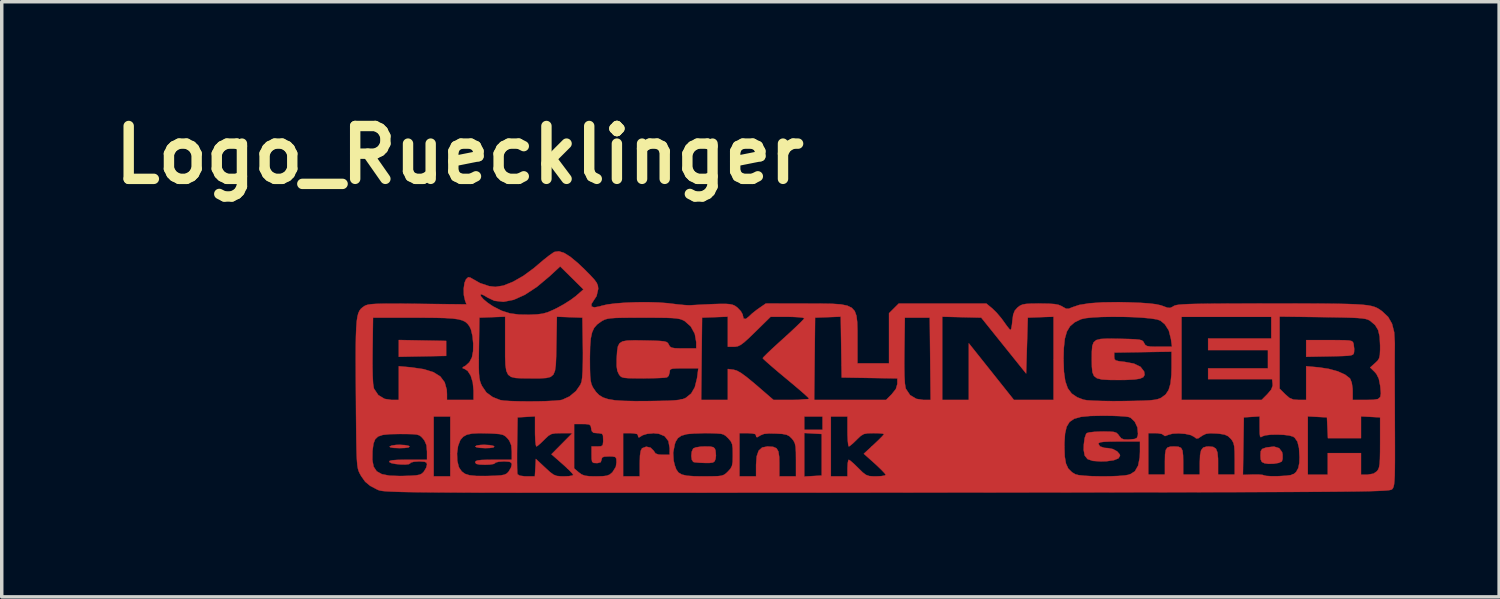
<source format=kicad_pcb>
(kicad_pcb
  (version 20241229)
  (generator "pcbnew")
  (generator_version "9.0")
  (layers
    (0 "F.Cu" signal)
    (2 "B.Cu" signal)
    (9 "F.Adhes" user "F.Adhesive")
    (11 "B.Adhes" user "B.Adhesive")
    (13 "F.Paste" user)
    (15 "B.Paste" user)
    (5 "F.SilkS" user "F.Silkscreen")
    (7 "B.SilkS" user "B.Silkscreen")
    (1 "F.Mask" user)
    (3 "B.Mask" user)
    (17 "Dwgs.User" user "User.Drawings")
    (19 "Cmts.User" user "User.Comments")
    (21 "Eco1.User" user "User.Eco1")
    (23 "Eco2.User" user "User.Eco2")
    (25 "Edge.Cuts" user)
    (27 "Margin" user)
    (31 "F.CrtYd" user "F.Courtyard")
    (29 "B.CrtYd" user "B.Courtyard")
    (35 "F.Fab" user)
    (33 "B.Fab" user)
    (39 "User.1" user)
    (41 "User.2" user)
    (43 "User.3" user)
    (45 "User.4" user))
  (footprint "Logo_Ruecklinger"
    (layer "F.Cu")
    (at 22.204 7.668)
    (property "Reference" "Logo_Ruecklinger" (at -12 -6.25 0) (layer "F.SilkS") (effects (font (size 1.524 1.524) (thickness 0.3))))
    (attr through_hole)
    (fp_poly (pts (xy -13.071 -0.9) (xy -12.388 -0.887) (xy -12.388 -0.455) (xy -13.071 -0.442) (xy -13.754 -0.429) (xy -13.754 -0.913) (xy -13.071 -0.9)) (stroke (width 0.01) (type solid)) (fill yes) (layer "F.Cu"))
    (fp_poly (pts (xy -13.581 2.117) (xy -13.474 2.138) (xy -13.443 2.157) (xy -13.469 2.184) (xy -13.582 2.2) (xy -13.73 2.205) (xy -13.907 2.198) (xy -14.004 2.179) (xy -14.018 2.157) (xy -13.957 2.13) (xy -13.832 2.112) (xy -13.73 2.109) (xy -13.581 2.117)) (stroke (width 0.01) (type solid)) (fill yes) (layer "F.Cu"))
    (fp_poly (pts (xy -11.139 2.117) (xy -11.031 2.138) (xy -10.999 2.157) (xy -11.024 2.185) (xy -11.135 2.201) (xy -11.259 2.205) (xy -11.414 2.197) (xy -11.518 2.178) (xy -11.55 2.157) (xy -11.507 2.13) (xy -11.395 2.113) (xy -11.289 2.109) (xy -11.139 2.117)) (stroke (width 0.01) (type solid)) (fill yes) (layer "F.Cu"))
    (fp_poly (pts (xy 11.633 2.206) (xy 11.717 2.317) (xy 11.733 2.391) (xy 11.733 2.512) (xy 11.712 2.587) (xy 11.709 2.59) (xy 11.621 2.63) (xy 11.48 2.654) (xy 11.326 2.658) (xy 11.214 2.642) (xy 11.135 2.604) (xy 11.101 2.53) (xy 11.095 2.418) (xy 11.102 2.294) (xy 11.142 2.23) (xy 11.241 2.193) (xy 11.276 2.184) (xy 11.484 2.16) (xy 11.633 2.206)) (stroke (width 0.01) (type solid)) (fill yes) (layer "F.Cu"))
    (fp_poly (pts (xy 13.348 -0.91) (xy 13.532 -0.907) (xy 13.652 -0.899) (xy 13.722 -0.883) (xy 13.758 -0.857) (xy 13.776 -0.818) (xy 13.781 -0.796) (xy 13.798 -0.654) (xy 13.794 -0.568) (xy 13.785 -0.524) (xy 13.762 -0.493) (xy 13.71 -0.472) (xy 13.615 -0.459) (xy 13.461 -0.451) (xy 13.233 -0.445) (xy 13.095 -0.442) (xy 12.412 -0.429) (xy 12.412 -0.911) (xy 13.082 -0.911) (xy 13.348 -0.91)) (stroke (width 0.01) (type solid)) (fill yes) (layer "F.Cu"))
    (fp_poly (pts (xy -4.77 2.16) (xy -4.683 2.178) (xy -4.64 2.219) (xy -4.62 2.276) (xy -4.608 2.421) (xy -4.62 2.516) (xy -4.646 2.584) (xy -4.694 2.619) (xy -4.792 2.632) (xy -4.925 2.632) (xy -5.086 2.626) (xy -5.211 2.614) (xy -5.26 2.604) (xy -5.303 2.542) (xy -5.318 2.43) (xy -5.306 2.308) (xy -5.265 2.218) (xy -5.262 2.214) (xy -5.185 2.183) (xy -5.047 2.162) (xy -4.928 2.157) (xy -4.77 2.16)) (stroke (width 0.01) (type solid)) (fill yes) (layer "F.Cu"))
    (fp_poly (pts (xy -8.989 -3.426) (xy -8.812 -3.316) (xy -8.594 -3.136) (xy -8.407 -2.959) (xy -8.233 -2.784) (xy -8.116 -2.657) (xy -8.047 -2.563) (xy -8.014 -2.484) (xy -8.004 -2.404) (xy -8.003 -2.387) (xy -8.05 -2.182) (xy -8.123 -2.07) (xy -8.199 -1.951) (xy -8.194 -1.878) (xy -8.112 -1.854) (xy -7.958 -1.883) (xy -7.905 -1.9) (xy -7.741 -1.938) (xy -7.503 -1.968) (xy -7.214 -1.99) (xy -6.895 -2.002) (xy -6.57 -2.004) (xy -6.26 -1.995) (xy -5.988 -1.974) (xy -5.919 -1.965) (xy -5.711 -1.94) (xy -5.528 -1.922) (xy -5.398 -1.914) (xy -5.368 -1.914) (xy -4.994 -1.935) (xy -4.703 -1.948) (xy -4.484 -1.955) (xy -4.322 -1.955) (xy -4.206 -1.946) (xy -4.124 -1.928) (xy -4.062 -1.901) (xy -4.009 -1.863) (xy -3.985 -1.844) (xy -3.889 -1.743) (xy -3.837 -1.648) (xy -3.834 -1.628) (xy -3.811 -1.532) (xy -3.747 -1.52) (xy -3.661 -1.588) (xy -3.567 -1.676) (xy -3.433 -1.782) (xy -3.37 -1.827) (xy -3.17 -1.965) (xy -2.004 -1.964) (xy -1.589 -1.963) (xy -1.261 -1.958) (xy -1.008 -1.941) (xy -0.821 -1.904) (xy -0.69 -1.841) (xy -0.605 -1.746) (xy -0.556 -1.61) (xy -0.534 -1.426) (xy -0.527 -1.188) (xy -0.527 -0.914) (xy -0.527 -0.24) (xy 0.383 -0.24) (xy 0.383 -1.585) (xy 1.917 -1.585) (xy 1.917 0.815) (xy 2.684 0.815) (xy 2.684 -0.819) (xy 3.335 -0.002) (xy 3.985 0.815) (xy 5.128 0.815) (xy 5.128 -0.353) (xy 5.415 -0.353) (xy 5.427 0.001) (xy 5.466 0.275) (xy 5.538 0.48) (xy 5.651 0.631) (xy 5.81 0.739) (xy 5.992 0.808) (xy 6.097 0.825) (xy 6.283 0.837) (xy 6.533 0.845) (xy 6.834 0.849) (xy 7.117 0.848) (xy 7.454 0.843) (xy 7.711 0.836) (xy 7.9 0.827) (xy 8.036 0.812) (xy 8.134 0.792) (xy 8.207 0.765) (xy 8.235 0.751) (xy 8.36 0.658) (xy 8.446 0.528) (xy 8.5 0.344) (xy 8.526 0.092) (xy 8.531 -0.119) (xy 8.531 -0.577) (xy 6.877 -0.551) (xy 6.877 -0.431) (xy 6.885 -0.365) (xy 6.921 -0.325) (xy 7.009 -0.302) (xy 7.171 -0.283) (xy 7.174 -0.283) (xy 7.447 -0.232) (xy 7.635 -0.141) (xy 7.737 -0.009) (xy 7.742 0.007) (xy 7.753 0.094) (xy 7.716 0.158) (xy 7.621 0.201) (xy 7.457 0.226) (xy 7.213 0.238) (xy 7.022 0.24) (xy 6.731 0.238) (xy 6.521 0.225) (xy 6.38 0.19) (xy 6.294 0.124) (xy 6.249 0.017) (xy 6.233 -0.143) (xy 6.23 -0.359) (xy 6.232 -0.58) (xy 6.244 -0.739) (xy 6.283 -0.846) (xy 6.359 -0.911) (xy 6.488 -0.943) (xy 6.682 -0.953) (xy 6.955 -0.95) (xy 7.038 -0.948) (xy 7.3 -0.942) (xy 7.482 -0.934) (xy 7.601 -0.922) (xy 7.673 -0.903) (xy 7.712 -0.874) (xy 7.737 -0.832) (xy 7.739 -0.827) (xy 7.771 -0.772) (xy 7.823 -0.74) (xy 7.917 -0.724) (xy 8.076 -0.719) (xy 8.165 -0.719) (xy 8.544 -0.719) (xy 8.513 -0.943) (xy 8.451 -1.188) (xy 8.336 -1.368) (xy 8.209 -1.473) (xy 8.108 -1.507) (xy 7.929 -1.535) (xy 7.692 -1.557) (xy 7.414 -1.573) (xy 7.127 -1.582) (xy 8.818 -1.582) (xy 8.818 0.815) (xy 11.128 0.815) (xy 11.294 0.648) (xy 11.404 0.518) (xy 11.415 0.489) (xy 11.646 0.489) (xy 11.809 0.652) (xy 11.93 0.757) (xy 12.045 0.804) (xy 12.192 0.815) (xy 12.412 0.815) (xy 12.412 -0.157) (xy 12.782 -0.124) (xy 13.067 -0.08) (xy 13.325 -0.009) (xy 13.532 0.084) (xy 13.669 0.189) (xy 13.684 0.209) (xy 13.727 0.319) (xy 13.751 0.483) (xy 13.754 0.562) (xy 13.754 0.815) (xy 14.139 0.815) (xy 14.35 0.811) (xy 14.482 0.789) (xy 14.549 0.732) (xy 14.567 0.625) (xy 14.552 0.451) (xy 14.546 0.399) (xy 14.507 0.202) (xy 14.438 0.065) (xy 14.385 0.004) (xy 14.258 -0.12) (xy 14.401 -0.248) (xy 14.474 -0.318) (xy 14.517 -0.388) (xy 14.538 -0.483) (xy 14.545 -0.633) (xy 14.545 -0.753) (xy 14.532 -1.013) (xy 14.487 -1.203) (xy 14.4 -1.345) (xy 14.262 -1.463) (xy 14.247 -1.473) (xy 14.197 -1.499) (xy 14.13 -1.52) (xy 14.033 -1.536) (xy 13.895 -1.548) (xy 13.703 -1.557) (xy 13.446 -1.564) (xy 13.111 -1.57) (xy 12.882 -1.573) (xy 11.646 -1.589) (xy 11.646 0.489) (xy 11.415 0.489) (xy 11.446 0.407) (xy 11.445 0.349) (xy 11.43 0.216) (xy 9.585 0.216) (xy 9.585 0.06) (xy 9.585 -0.096) (xy 11.31 -0.096) (xy 11.31 -0.623) (xy 9.585 -0.623) (xy 9.585 -0.958) (xy 11.406 -0.958) (xy 11.406 -1.582) (xy 8.818 -1.582) (xy 7.127 -1.582) (xy 7.114 -1.582) (xy 6.81 -1.584) (xy 6.521 -1.578) (xy 6.264 -1.565) (xy 6.059 -1.544) (xy 5.923 -1.514) (xy 5.918 -1.512) (xy 5.738 -1.425) (xy 5.605 -1.312) (xy 5.512 -1.158) (xy 5.453 -0.951) (xy 5.423 -0.676) (xy 5.415 -0.353) (xy 5.128 -0.353) (xy 5.128 -1.586) (xy 4.385 -1.558) (xy 4.337 0.053) (xy 3.69 -0.752) (xy 3.043 -1.558) (xy 1.917 -1.585) (xy 0.383 -1.585) (xy 0.383 -1.685) (xy 0.523 -1.825) (xy 0.664 -1.965) (xy 3.189 -1.965) (xy 3.36 -1.824) (xy 3.485 -1.702) (xy 3.62 -1.543) (xy 3.694 -1.442) (xy 3.785 -1.315) (xy 3.856 -1.227) (xy 3.888 -1.199) (xy 3.908 -1.242) (xy 3.928 -1.354) (xy 3.94 -1.47) (xy 3.964 -1.645) (xy 4.009 -1.76) (xy 4.088 -1.849) (xy 4.093 -1.853) (xy 4.159 -1.903) (xy 4.233 -1.936) (xy 4.335 -1.954) (xy 4.488 -1.963) (xy 4.714 -1.965) (xy 4.735 -1.965) (xy 4.98 -1.961) (xy 5.151 -1.95) (xy 5.269 -1.928) (xy 5.356 -1.892) (xy 5.384 -1.875) (xy 5.488 -1.817) (xy 5.571 -1.817) (xy 5.661 -1.855) (xy 5.866 -1.924) (xy 6.161 -1.972) (xy 6.542 -1.999) (xy 7.006 -2.005) (xy 7.285 -1.999) (xy 7.625 -1.986) (xy 7.885 -1.968) (xy 8.077 -1.945) (xy 8.216 -1.915) (xy 8.277 -1.894) (xy 8.407 -1.846) (xy 8.489 -1.839) (xy 8.56 -1.871) (xy 8.587 -1.889) (xy 8.619 -1.905) (xy 8.668 -1.919) (xy 8.744 -1.931) (xy 8.852 -1.94) (xy 9 -1.948) (xy 9.197 -1.954) (xy 9.449 -1.958) (xy 9.763 -1.961) (xy 10.148 -1.963) (xy 10.611 -1.964) (xy 11.159 -1.965) (xy 11.41 -1.965) (xy 12.008 -1.965) (xy 12.519 -1.964) (xy 12.95 -1.962) (xy 13.308 -1.958) (xy 13.602 -1.952) (xy 13.84 -1.943) (xy 14.029 -1.931) (xy 14.177 -1.915) (xy 14.293 -1.894) (xy 14.384 -1.868) (xy 14.458 -1.837) (xy 14.522 -1.799) (xy 14.585 -1.755) (xy 14.605 -1.74) (xy 14.776 -1.579) (xy 14.888 -1.383) (xy 14.951 -1.135) (xy 14.969 -0.817) (xy 14.969 -0.791) (xy 14.966 -0.552) (xy 14.965 -0.309) (xy 14.964 -0.106) (xy 14.964 -0.072) (xy 14.965 0.047) (xy 14.966 0.248) (xy 14.966 0.516) (xy 14.968 0.836) (xy 14.969 1.196) (xy 14.97 1.58) (xy 14.971 1.76) (xy 14.972 2.187) (xy 14.972 2.53) (xy 14.97 2.797) (xy 14.966 2.998) (xy 14.958 3.145) (xy 14.948 3.247) (xy 14.933 3.315) (xy 14.915 3.359) (xy 14.891 3.389) (xy 14.891 3.389) (xy 14.88 3.397) (xy 14.861 3.405) (xy 14.832 3.412) (xy 14.789 3.419) (xy 14.729 3.425) (xy 14.649 3.431) (xy 14.546 3.436) (xy 14.416 3.441) (xy 14.257 3.446) (xy 14.064 3.45) (xy 13.836 3.454) (xy 13.568 3.457) (xy 13.257 3.46) (xy 12.901 3.463) (xy 12.497 3.466) (xy 12.04 3.468) (xy 11.527 3.47) (xy 10.957 3.472) (xy 10.324 3.474) (xy 9.627 3.475) (xy 8.862 3.477) (xy 8.026 3.478) (xy 7.115 3.479) (xy 6.126 3.481) (xy 5.057 3.482) (xy 3.904 3.483) (xy 2.664 3.484) (xy 1.333 3.485) (xy 0.322 3.486) (xy -1.074 3.487) (xy -2.377 3.488) (xy -3.591 3.488) (xy -4.718 3.489) (xy -5.763 3.49) (xy -6.727 3.49) (xy -7.616 3.49) (xy -8.431 3.49) (xy -9.176 3.49) (xy -9.855 3.49) (xy -10.469 3.489) (xy -11.024 3.488) (xy -11.521 3.487) (xy -11.965 3.485) (xy -12.358 3.483) (xy -12.703 3.481) (xy -13.005 3.478) (xy -13.265 3.475) (xy -13.488 3.472) (xy -13.676 3.468) (xy -13.834 3.463) (xy -13.963 3.458) (xy -14.067 3.453) (xy -14.15 3.447) (xy -14.214 3.441) (xy -14.263 3.434) (xy -14.301 3.426) (xy -14.33 3.418) (xy -14.353 3.409) (xy -14.374 3.4) (xy -14.376 3.399) (xy -14.579 3.292) (xy -14.722 3.174) (xy -14.829 3.024) (xy -2.061 3.024) (xy -1.809 3.01) (xy -1.558 2.995) (xy -1.558 1.797) (xy -1.809 1.783) (xy -2.061 1.768) (xy -2.061 3.024) (xy -14.829 3.024) (xy -14.836 3.014) (xy -14.874 2.947) (xy -14.898 2.899) (xy -14.919 2.847) (xy -14.935 2.783) (xy -14.949 2.697) (xy -14.959 2.581) (xy -14.961 2.553) (xy -14.516 2.553) (xy -14.479 2.741) (xy -14.391 2.873) (xy -14.242 2.956) (xy -14.022 2.999) (xy -13.722 3.009) (xy -13.642 3.008) (xy -13.41 3.001) (xy -13.255 2.99) (xy -13.154 2.971) (xy -13.09 2.941) (xy -13.042 2.895) (xy -13.031 2.882) (xy -12.964 2.771) (xy -12.94 2.678) (xy -12.954 2.624) (xy -13.012 2.597) (xy -13.138 2.588) (xy -13.179 2.588) (xy -13.319 2.597) (xy -13.405 2.621) (xy -13.419 2.638) (xy -13.461 2.666) (xy -13.567 2.678) (xy -13.707 2.675) (xy -13.851 2.661) (xy -13.968 2.637) (xy -14.028 2.604) (xy -14.03 2.6) (xy -14.016 2.573) (xy -13.943 2.555) (xy -13.801 2.544) (xy -13.579 2.54) (xy -13.495 2.54) (xy -12.94 2.54) (xy -12.94 2.303) (xy -12.955 2.122) (xy -13.011 1.99) (xy -13.055 1.932) (xy -13.108 1.874) (xy -13.162 1.836) (xy -13.236 1.813) (xy -13.35 1.802) (xy -13.525 1.798) (xy -13.725 1.797) (xy -14.01 1.802) (xy -14.214 1.823) (xy -14.351 1.869) (xy -14.436 1.95) (xy -14.484 2.075) (xy -14.508 2.252) (xy -14.512 2.299) (xy -14.516 2.553) (xy -14.961 2.553) (xy -14.968 2.425) (xy -14.974 2.221) (xy -14.979 1.959) (xy -14.983 1.63) (xy -14.986 1.294) (xy -12.748 1.294) (xy -12.748 3.019) (xy -12.269 3.019) (xy -12.269 2.355) (xy -12.074 2.355) (xy -12.067 2.569) (xy -12.024 2.745) (xy -12.01 2.774) (xy -11.938 2.877) (xy -11.845 2.946) (xy -11.712 2.988) (xy -11.522 3.007) (xy -11.258 3.009) (xy -11.198 3.008) (xy -10.966 3.001) (xy -10.81 2.99) (xy -10.71 2.971) (xy -10.646 2.941) (xy -10.597 2.895) (xy -10.587 2.882) (xy -10.52 2.771) (xy -10.495 2.678) (xy -10.51 2.624) (xy -10.568 2.597) (xy -10.694 2.588) (xy -10.735 2.588) (xy -10.872 2.597) (xy -10.959 2.619) (xy -10.975 2.636) (xy -11.018 2.661) (xy -11.132 2.679) (xy -11.262 2.684) (xy -11.429 2.678) (xy -11.519 2.659) (xy -11.549 2.621) (xy -11.55 2.612) (xy -11.535 2.58) (xy -11.479 2.559) (xy -11.369 2.546) (xy -11.187 2.541) (xy -11.023 2.54) (xy -10.495 2.54) (xy -10.495 2.375) (xy -10.344 2.375) (xy -10.344 2.612) (xy -10.341 2.8) (xy -10.336 2.922) (xy -10.33 2.958) (xy -10.266 2.999) (xy -10.122 3.018) (xy -10.068 3.019) (xy -9.83 3.019) (xy -9.815 2.768) (xy -9.801 2.516) (xy -9.532 2.768) (xy -9.392 2.896) (xy -9.29 2.971) (xy -9.196 3.007) (xy -9.08 3.018) (xy -8.993 3.019) (xy -8.847 3.013) (xy -8.748 2.995) (xy -8.722 2.977) (xy -8.756 2.929) (xy -8.846 2.835) (xy -8.976 2.713) (xy -9.037 2.659) (xy -9.352 2.382) (xy -9.051 2.078) (xy -8.749 1.773) (xy -9.061 1.773) (xy -9.234 1.777) (xy -9.346 1.796) (xy -9.435 1.845) (xy -9.535 1.938) (xy -9.561 1.965) (xy -9.67 2.07) (xy -9.754 2.14) (xy -9.786 2.157) (xy -9.803 2.112) (xy -9.816 1.993) (xy -9.824 1.821) (xy -9.825 1.723) (xy -9.825 1.51) (xy -8.698 1.51) (xy -8.698 2.788) (xy -8.564 2.904) (xy -8.479 2.965) (xy -8.385 3) (xy -8.251 3.016) (xy -8.07 3.019) (xy -7.879 3.016) (xy -7.755 3) (xy -7.67 2.966) (xy -7.598 2.905) (xy -7.594 2.902) (xy -7.495 2.744) (xy -7.476 2.614) (xy -7.481 2.51) (xy -7.512 2.46) (xy -7.595 2.445) (xy -7.692 2.444) (xy -7.827 2.45) (xy -7.89 2.476) (xy -7.907 2.533) (xy -7.908 2.54) (xy -7.93 2.61) (xy -8.014 2.635) (xy -8.051 2.636) (xy -8.136 2.631) (xy -8.179 2.598) (xy -8.193 2.515) (xy -8.195 2.396) (xy -8.195 2.157) (xy -8.027 2.157) (xy -7.92 2.151) (xy -7.872 2.115) (xy -7.86 2.021) (xy -7.86 1.965) (xy -7.865 1.842) (xy -7.896 1.788) (xy -7.977 1.774) (xy -8.024 1.773) (xy -7.285 1.773) (xy -7.285 3.019) (xy -6.805 3.019) (xy -6.805 2.642) (xy -6.799 2.421) (xy -6.777 2.281) (xy -6.739 2.209) (xy -6.736 2.207) (xy -6.618 2.163) (xy -6.493 2.191) (xy -6.403 2.28) (xy -6.399 2.288) (xy -6.348 2.36) (xy -6.258 2.391) (xy -6.147 2.396) (xy -5.943 2.396) (xy -5.943 2.337) (xy -5.842 2.337) (xy -5.828 2.562) (xy -5.797 2.694) (xy -5.752 2.82) (xy -5.688 2.909) (xy -5.59 2.967) (xy -5.441 3.001) (xy -5.226 3.016) (xy -4.97 3.019) (xy -4.728 3.018) (xy -4.563 3.014) (xy -4.453 3.001) (xy -4.378 2.975) (xy -4.319 2.934) (xy -4.262 2.879) (xy -4.188 2.797) (xy -4.146 2.715) (xy -4.126 2.603) (xy -4.122 2.431) (xy -4.122 2.396) (xy -4.125 2.212) (xy -4.141 2.092) (xy -4.179 2.008) (xy -4.247 1.928) (xy -4.262 1.913) (xy -4.326 1.852) (xy -4.388 1.812) (xy -4.468 1.789) (xy -4.587 1.777) (xy -4.767 1.774) (xy -4.935 1.773) (xy -3.93 1.773) (xy -3.93 3.019) (xy -3.451 3.019) (xy -3.451 2.684) (xy -3.433 2.441) (xy -3.377 2.279) (xy -3.276 2.187) (xy -3.124 2.157) (xy -3.112 2.157) (xy -2.96 2.167) (xy -2.862 2.209) (xy -2.808 2.3) (xy -2.784 2.456) (xy -2.78 2.638) (xy -2.78 3.019) (xy -2.3 3.019) (xy -2.3 2.543) (xy -2.302 2.319) (xy -2.311 2.169) (xy -2.332 2.068) (xy -2.368 1.994) (xy -2.414 1.934) (xy -2.487 1.862) (xy -2.57 1.819) (xy -2.693 1.795) (xy -2.87 1.782) (xy -3.079 1.777) (xy -3.221 1.794) (xy -3.323 1.835) (xy -3.331 1.841) (xy -3.415 1.89) (xy -3.447 1.882) (xy -3.451 1.846) (xy -3.475 1.8) (xy -3.561 1.778) (xy -3.69 1.773) (xy -3.93 1.773) (xy -4.935 1.773) (xy -5.234 1.779) (xy -5.453 1.802) (xy -5.605 1.846) (xy -5.706 1.917) (xy -5.771 2.02) (xy -5.796 2.097) (xy -5.842 2.337) (xy -5.943 2.337) (xy -5.943 2.202) (xy -5.979 2) (xy -6.087 1.86) (xy -6.265 1.786) (xy -6.409 1.773) (xy -6.58 1.789) (xy -6.718 1.831) (xy -6.747 1.848) (xy -6.824 1.896) (xy -6.851 1.884) (xy -6.853 1.848) (xy -6.879 1.799) (xy -6.968 1.777) (xy -7.069 1.773) (xy -7.285 1.773) (xy -8.024 1.773) (xy -8.138 1.763) (xy -8.188 1.716) (xy -8.204 1.641) (xy -8.22 1.563) (xy -8.263 1.524) (xy -8.358 1.511) (xy -8.459 1.51) (xy -8.698 1.51) (xy -9.825 1.51) (xy -9.825 1.294) (xy -2.061 1.294) (xy -2.061 1.677) (xy -1.534 1.677) (xy -1.534 1.294) (xy -1.294 1.294) (xy -1.294 3.019) (xy -0.815 3.019) (xy -0.815 2.78) (xy -0.808 2.643) (xy -0.791 2.556) (xy -0.777 2.54) (xy -0.727 2.572) (xy -0.631 2.655) (xy -0.51 2.773) (xy -0.503 2.78) (xy -0.375 2.906) (xy -0.28 2.977) (xy -0.186 3.01) (xy -0.06 3.019) (xy 0.01 3.019) (xy 0.159 3.012) (xy 0.259 2.995) (xy 0.288 2.975) (xy 0.254 2.926) (xy 0.164 2.831) (xy 0.035 2.707) (xy -0.028 2.649) (xy -0.344 2.367) (xy -0.126 2.165) (xy 5.441 2.165) (xy 5.45 2.444) (xy 5.485 2.648) (xy 5.552 2.794) (xy 5.659 2.9) (xy 5.756 2.959) (xy 5.854 2.984) (xy 6.026 3.002) (xy 6.248 3.014) (xy 6.497 3.018) (xy 6.752 3.017) (xy 6.988 3.008) (xy 7.184 2.992) (xy 7.275 2.976) (xy 10.589 2.976) (xy 10.878 2.966) (xy 11.037 2.966) (xy 11.156 2.977) (xy 11.202 2.992) (xy 11.264 3.006) (xy 11.396 3.014) (xy 11.574 3.014) (xy 11.638 3.012) (xy 11.84 3) (xy 11.971 2.982) (xy 12.054 2.951) (xy 12.114 2.901) (xy 12.129 2.882) (xy 12.186 2.779) (xy 12.215 2.632) (xy 12.221 2.466) (xy 12.206 2.202) (xy 12.161 2.019) (xy 12.081 1.904) (xy 12.036 1.873) (xy 11.927 1.841) (xy 11.762 1.821) (xy 11.572 1.814) (xy 11.385 1.818) (xy 11.233 1.836) (xy 11.146 1.866) (xy 11.145 1.867) (xy 11.106 1.89) (xy 11.083 1.865) (xy 11.073 1.777) (xy 11.071 1.61) (xy 11.071 1.289) (xy 12.46 1.289) (xy 12.46 2.971) (xy 13.035 2.971) (xy 13.035 2.348) (xy 13.994 2.348) (xy 13.994 2.971) (xy 14.178 2.971) (xy 14.356 2.94) (xy 14.454 2.871) (xy 14.489 2.822) (xy 14.514 2.758) (xy 14.531 2.66) (xy 14.54 2.514) (xy 14.544 2.303) (xy 14.545 2.044) (xy 14.545 1.318) (xy 13.994 1.289) (xy 13.994 1.917) (xy 13.04 1.917) (xy 13.012 1.318) (xy 12.46 1.289) (xy 11.071 1.289) (xy 11.071 1.289) (xy 10.843 1.303) (xy 10.615 1.318) (xy 10.602 2.147) (xy 10.589 2.976) (xy 7.275 2.976) (xy 7.316 2.969) (xy 7.33 2.965) (xy 7.474 2.872) (xy 7.567 2.708) (xy 7.614 2.466) (xy 7.62 2.302) (xy 7.62 2.013) (xy 7.021 2.013) (xy 6.764 2.015) (xy 6.589 2.022) (xy 6.483 2.035) (xy 6.432 2.057) (xy 6.422 2.08) (xy 6.466 2.155) (xy 6.592 2.197) (xy 6.703 2.205) (xy 6.84 2.232) (xy 6.962 2.299) (xy 7.036 2.385) (xy 7.045 2.424) (xy 6.999 2.5) (xy 6.867 2.553) (xy 6.657 2.583) (xy 6.491 2.588) (xy 6.26 2.573) (xy 6.109 2.521) (xy 6.026 2.418) (xy 5.996 2.252) (xy 6.001 2.099) (xy 6.025 1.914) (xy 6.066 1.797) (xy 6.09 1.77) (xy 6.168 1.75) (xy 6.314 1.734) (xy 6.499 1.726) (xy 6.548 1.726) (xy 6.743 1.728) (xy 6.866 1.738) (xy 6.941 1.763) (xy 6.991 1.809) (xy 7.018 1.848) (xy 7.081 1.923) (xy 7.161 1.955) (xy 7.294 1.957) (xy 7.323 1.955) (xy 7.46 1.942) (xy 7.529 1.912) (xy 7.556 1.847) (xy 7.563 1.788) (xy 7.561 1.773) (xy 7.86 1.773) (xy 7.86 2.971) (xy 8.339 2.971) (xy 8.339 2.593) (xy 8.343 2.387) (xy 8.364 2.258) (xy 8.411 2.189) (xy 8.497 2.161) (xy 8.602 2.157) (xy 8.727 2.164) (xy 8.805 2.198) (xy 8.847 2.277) (xy 8.863 2.419) (xy 8.866 2.593) (xy 8.866 2.971) (xy 9.345 2.971) (xy 9.345 2.621) (xy 9.353 2.404) (xy 9.383 2.266) (xy 9.443 2.189) (xy 9.544 2.159) (xy 9.609 2.157) (xy 9.732 2.17) (xy 9.811 2.222) (xy 9.854 2.329) (xy 9.871 2.506) (xy 9.872 2.621) (xy 9.872 2.971) (xy 10.352 2.971) (xy 10.352 2.519) (xy 10.349 2.301) (xy 10.339 2.155) (xy 10.316 2.057) (xy 10.277 1.982) (xy 10.239 1.935) (xy 10.158 1.859) (xy 10.06 1.814) (xy 9.912 1.79) (xy 9.828 1.783) (xy 9.646 1.776) (xy 9.524 1.792) (xy 9.428 1.837) (xy 9.396 1.859) (xy 9.301 1.922) (xy 9.242 1.926) (xy 9.186 1.881) (xy 9.084 1.828) (xy 8.923 1.793) (xy 8.737 1.779) (xy 8.563 1.787) (xy 8.435 1.821) (xy 8.432 1.823) (xy 8.341 1.857) (xy 8.301 1.828) (xy 8.301 1.828) (xy 8.247 1.795) (xy 8.13 1.775) (xy 8.071 1.773) (xy 7.86 1.773) (xy 7.561 1.773) (xy 7.546 1.606) (xy 7.47 1.443) (xy 7.353 1.331) (xy 7.296 1.307) (xy 7.199 1.293) (xy 7.029 1.281) (xy 6.81 1.273) (xy 6.564 1.27) (xy 6.542 1.27) (xy 6.188 1.277) (xy 5.919 1.303) (xy 5.723 1.358) (xy 5.588 1.45) (xy 5.504 1.59) (xy 5.459 1.785) (xy 5.442 2.045) (xy 5.441 2.165) (xy -0.126 2.165) (xy -0.052 2.097) (xy 0.082 1.97) (xy 0.183 1.868) (xy 0.236 1.807) (xy 0.24 1.8) (xy 0.196 1.786) (xy 0.082 1.776) (xy -0.062 1.773) (xy -0.232 1.777) (xy -0.343 1.798) (xy -0.433 1.852) (xy -0.539 1.952) (xy -0.551 1.965) (xy -0.66 2.07) (xy -0.745 2.14) (xy -0.777 2.157) (xy -0.793 2.112) (xy -0.806 1.993) (xy -0.814 1.822) (xy -0.815 1.725) (xy -0.815 1.294) (xy -1.294 1.294) (xy -1.534 1.294) (xy -2.061 1.294) (xy -9.825 1.294) (xy -9.825 1.289) (xy -10.328 1.318) (xy -10.341 2.107) (xy -10.344 2.375) (xy -10.495 2.375) (xy -10.495 2.303) (xy -10.511 2.122) (xy -10.566 1.99) (xy -10.611 1.932) (xy -10.675 1.866) (xy -10.744 1.824) (xy -10.844 1.8) (xy -10.998 1.787) (xy -11.14 1.78) (xy -11.43 1.774) (xy -11.641 1.785) (xy -11.791 1.817) (xy -11.895 1.875) (xy -11.972 1.962) (xy -11.983 1.979) (xy -12.045 2.144) (xy -12.074 2.355) (xy -12.269 2.355) (xy -12.269 1.294) (xy -12.748 1.294) (xy -14.986 1.294) (xy -14.987 1.224) (xy -14.99 0.734) (xy -14.991 0.639) (xy -14.994 0.102) (xy -14.995 -0.192) (xy -14.513 -0.192) (xy -14.507 0.122) (xy -14.495 0.343) (xy -14.474 0.474) (xy -14.468 0.492) (xy -14.345 0.675) (xy -14.164 0.784) (xy -13.964 0.815) (xy -13.754 0.815) (xy -13.754 -0.157) (xy -13.397 -0.125) (xy -13.034 -0.072) (xy -12.756 0.014) (xy -12.557 0.138) (xy -12.431 0.306) (xy -12.371 0.522) (xy -12.365 0.645) (xy -12.365 0.815) (xy -11.598 0.815) (xy -11.598 0.546) (xy -11.62 0.311) (xy -11.68 0.114) (xy -11.769 -0.024) (xy -11.851 -0.076) (xy -11.915 -0.102) (xy -11.906 -0.125) (xy -11.447 -0.125) (xy -11.442 0.048) (xy -11.431 0.174) (xy -11.412 0.27) (xy -11.384 0.351) (xy -11.354 0.415) (xy -11.228 0.6) (xy -11.045 0.733) (xy -10.831 0.818) (xy -10.724 0.835) (xy -10.543 0.847) (xy -10.309 0.854) (xy -10.045 0.857) (xy -9.773 0.856) (xy -9.513 0.85) (xy -9.288 0.839) (xy -9.119 0.825) (xy -9.044 0.812) (xy -8.83 0.714) (xy -8.644 0.559) (xy -8.515 0.373) (xy -8.482 0.286) (xy -8.466 0.173) (xy -8.453 -0.016) (xy -8.446 -0.263) (xy -8.445 -0.352) (xy -8.243 -0.352) (xy -8.241 -0.077) (xy -8.235 0.12) (xy -8.221 0.26) (xy -8.199 0.359) (xy -8.165 0.437) (xy -8.149 0.465) (xy -8.068 0.583) (xy -7.977 0.675) (xy -7.864 0.744) (xy -7.716 0.793) (xy -7.522 0.825) (xy -7.268 0.842) (xy -6.943 0.849) (xy -6.566 0.848) (xy -6.232 0.843) (xy -5.979 0.837) (xy -5.793 0.826) (xy -5.688 0.815) (xy -5.034 0.815) (xy -4.265 0.815) (xy -4.265 -0.077) (xy -4.101 -0.057) (xy -4.006 -0.03) (xy -3.885 0.037) (xy -3.726 0.153) (xy -3.515 0.326) (xy -3.442 0.388) (xy -2.948 0.815) (xy -2.432 0.815) (xy -1.775 0.815) (xy 0.297 0.815) (xy 0.46 0.652) (xy 0.581 0.499) (xy 0.623 0.356) (xy 0.623 0.341) (xy 0.623 0.194) (xy -0.982 0.168) (xy -0.988 -0.192) (xy 0.823 -0.192) (xy 0.828 0.122) (xy 0.841 0.343) (xy 0.862 0.474) (xy 0.868 0.492) (xy 0.99 0.675) (xy 1.172 0.784) (xy 1.373 0.815) (xy 1.583 0.815) (xy 1.57 -0.371) (xy 1.558 -1.558) (xy 0.839 -1.558) (xy 0.826 -0.6) (xy 0.823 -0.192) (xy -0.988 -0.192) (xy -1.009 -1.586) (xy -1.379 -1.572) (xy -1.749 -1.558) (xy -1.762 -0.371) (xy -1.775 0.815) (xy -2.432 0.815) (xy -2.224 0.812) (xy -2.056 0.803) (xy -1.949 0.791) (xy -1.92 0.779) (xy -1.957 0.738) (xy -2.055 0.647) (xy -2.205 0.517) (xy -2.394 0.357) (xy -2.591 0.193) (xy -2.805 0.015) (xy -2.99 -0.143) (xy -3.135 -0.27) (xy -3.229 -0.356) (xy -3.259 -0.39) (xy -3.225 -0.431) (xy -3.131 -0.525) (xy -2.989 -0.66) (xy -2.81 -0.824) (xy -2.66 -0.96) (xy -2.461 -1.141) (xy -2.291 -1.301) (xy -2.16 -1.428) (xy -2.08 -1.512) (xy -2.061 -1.54) (xy -2.105 -1.557) (xy -2.226 -1.571) (xy -2.401 -1.58) (xy -2.546 -1.582) (xy -3.032 -1.582) (xy -3.472 -1.15) (xy -3.658 -0.97) (xy -3.794 -0.848) (xy -3.894 -0.773) (xy -3.975 -0.734) (xy -4.052 -0.72) (xy -4.089 -0.719) (xy -4.265 -0.719) (xy -4.265 -1.586) (xy -5.008 -1.558) (xy -5.021 -0.371) (xy -5.034 0.815) (xy -5.688 0.815) (xy -5.66 0.812) (xy -5.564 0.791) (xy -5.493 0.763) (xy -5.476 0.754) (xy -5.323 0.631) (xy -5.218 0.45) (xy -5.155 0.196) (xy -5.148 0.151) (xy -5.116 -0.096) (xy -5.529 -0.096) (xy -5.728 -0.095) (xy -5.85 -0.088) (xy -5.914 -0.07) (xy -5.939 -0.035) (xy -5.943 0.019) (xy -5.971 0.119) (xy -6.018 0.163) (xy -6.093 0.174) (xy -6.243 0.183) (xy -6.447 0.189) (xy -6.684 0.192) (xy -6.712 0.192) (xy -6.966 0.191) (xy -7.141 0.187) (xy -7.255 0.177) (xy -7.325 0.157) (xy -7.37 0.125) (xy -7.405 0.077) (xy -7.408 0.072) (xy -7.452 -0.025) (xy -7.472 -0.162) (xy -7.471 -0.363) (xy -7.469 -0.4) (xy -7.457 -0.592) (xy -7.435 -0.728) (xy -7.388 -0.819) (xy -7.301 -0.873) (xy -7.162 -0.898) (xy -6.955 -0.904) (xy -6.667 -0.9) (xy -6.405 -0.894) (xy -6.223 -0.886) (xy -6.104 -0.874) (xy -6.033 -0.855) (xy -5.994 -0.826) (xy -5.969 -0.784) (xy -5.967 -0.779) (xy -5.935 -0.724) (xy -5.882 -0.692) (xy -5.787 -0.676) (xy -5.626 -0.671) (xy -5.548 -0.671) (xy -5.176 -0.671) (xy -5.176 -0.851) (xy -5.218 -1.092) (xy -5.334 -1.304) (xy -5.509 -1.459) (xy -5.511 -1.46) (xy -5.574 -1.492) (xy -5.643 -1.517) (xy -5.734 -1.534) (xy -5.86 -1.546) (xy -6.036 -1.553) (xy -6.275 -1.556) (xy -6.591 -1.557) (xy -6.709 -1.558) (xy -7.051 -1.557) (xy -7.31 -1.555) (xy -7.502 -1.55) (xy -7.64 -1.54) (xy -7.738 -1.525) (xy -7.811 -1.504) (xy -7.873 -1.474) (xy -7.914 -1.449) (xy -8.034 -1.362) (xy -8.121 -1.262) (xy -8.18 -1.132) (xy -8.218 -0.957) (xy -8.237 -0.721) (xy -8.243 -0.407) (xy -8.243 -0.352) (xy -8.445 -0.352) (xy -8.444 -0.548) (xy -8.446 -0.728) (xy -8.459 -1.558) (xy -8.827 -1.571) (xy -9.195 -1.585) (xy -9.21 -0.765) (xy -9.216 -0.44) (xy -9.226 -0.198) (xy -9.25 -0.027) (xy -9.297 0.085) (xy -9.377 0.151) (xy -9.5 0.182) (xy -9.674 0.192) (xy -9.911 0.192) (xy -9.954 0.192) (xy -10.2 0.191) (xy -10.384 0.182) (xy -10.515 0.151) (xy -10.601 0.087) (xy -10.653 -0.023) (xy -10.678 -0.19) (xy -10.687 -0.428) (xy -10.687 -0.747) (xy -10.687 -0.793) (xy -10.687 -1.586) (xy -11.43 -1.558) (xy -11.443 -0.676) (xy -11.447 -0.361) (xy -11.447 -0.125) (xy -11.906 -0.125) (xy -11.904 -0.13) (xy -11.826 -0.173) (xy -11.718 -0.272) (xy -11.644 -0.414) (xy -11.611 -0.59) (xy -11.607 -0.806) (xy -11.628 -1.026) (xy -11.672 -1.214) (xy -11.714 -1.305) (xy -11.768 -1.378) (xy -11.833 -1.436) (xy -11.92 -1.479) (xy -12.04 -1.511) (xy -12.204 -1.533) (xy -12.424 -1.547) (xy -12.712 -1.554) (xy -13.078 -1.557) (xy -13.299 -1.558) (xy -14.497 -1.558) (xy -14.51 -0.6) (xy -14.513 -0.192) (xy -14.995 -0.192) (xy -14.996 -0.347) (xy -14.995 -0.718) (xy -14.99 -1.018) (xy -14.981 -1.256) (xy -14.968 -1.44) (xy -14.948 -1.58) (xy -14.922 -1.683) (xy -14.888 -1.758) (xy -14.846 -1.814) (xy -14.794 -1.858) (xy -14.744 -1.893) (xy -14.7 -1.915) (xy -14.638 -1.933) (xy -14.548 -1.946) (xy -14.419 -1.955) (xy -14.24 -1.96) (xy -13.999 -1.962) (xy -13.686 -1.961) (xy -13.29 -1.957) (xy -13.212 -1.956) (xy -11.801 -1.941) (xy -11.843 -2.052) (xy -11.878 -2.21) (xy -11.878 -2.231) (xy -11.395 -2.231) (xy -11.388 -2.178) (xy -11.316 -2.092) (xy -11.195 -1.99) (xy -11.043 -1.888) (xy -11.033 -1.882) (xy -10.788 -1.757) (xy -10.548 -1.681) (xy -10.281 -1.646) (xy -9.99 -1.642) (xy -9.767 -1.652) (xy -9.603 -1.673) (xy -9.457 -1.714) (xy -9.294 -1.785) (xy -9.199 -1.831) (xy -8.997 -1.942) (xy -8.8 -2.067) (xy -8.646 -2.181) (xy -8.636 -2.191) (xy -8.429 -2.372) (xy -8.764 -2.704) (xy -9.1 -3.035) (xy -9.401 -2.756) (xy -9.772 -2.445) (xy -10.119 -2.217) (xy -10.441 -2.073) (xy -10.735 -2.015) (xy -10.996 -2.044) (xy -11.189 -2.135) (xy -11.302 -2.203) (xy -11.379 -2.233) (xy -11.395 -2.231) (xy -11.878 -2.231) (xy -11.882 -2.393) (xy -11.859 -2.56) (xy -11.816 -2.663) (xy -11.751 -2.725) (xy -11.683 -2.71) (xy -11.66 -2.695) (xy -11.411 -2.554) (xy -11.15 -2.467) (xy -10.969 -2.445) (xy -10.736 -2.482) (xy -10.463 -2.591) (xy -10.163 -2.762) (xy -9.853 -2.99) (xy -9.729 -3.096) (xy -9.563 -3.236) (xy -9.413 -3.354) (xy -9.3 -3.433) (xy -9.259 -3.455) (xy -9.136 -3.471) (xy -8.989 -3.426)) (stroke (width 0.01) (type solid)) (fill yes) (layer "F.Cu"))
    (fp_poly (pts (xy -13.071 -0.9) (xy -12.388 -0.887) (xy -12.388 -0.455) (xy -13.071 -0.442) (xy -13.754 -0.429) (xy -13.754 -0.913) (xy -13.071 -0.9)) (stroke (width 0.01) (type solid)) (fill yes) (layer "F.Mask"))
    (fp_poly (pts (xy -13.581 2.117) (xy -13.474 2.138) (xy -13.443 2.157) (xy -13.469 2.184) (xy -13.582 2.2) (xy -13.73 2.205) (xy -13.907 2.198) (xy -14.004 2.179) (xy -14.018 2.157) (xy -13.957 2.13) (xy -13.832 2.112) (xy -13.73 2.109) (xy -13.581 2.117)) (stroke (width 0.01) (type solid)) (fill yes) (layer "F.Mask"))
    (fp_poly (pts (xy -11.139 2.117) (xy -11.031 2.138) (xy -10.999 2.157) (xy -11.024 2.185) (xy -11.135 2.201) (xy -11.259 2.205) (xy -11.414 2.197) (xy -11.518 2.178) (xy -11.55 2.157) (xy -11.507 2.13) (xy -11.395 2.113) (xy -11.289 2.109) (xy -11.139 2.117)) (stroke (width 0.01) (type solid)) (fill yes) (layer "F.Mask"))
    (fp_poly (pts (xy 11.633 2.206) (xy 11.717 2.317) (xy 11.733 2.391) (xy 11.733 2.512) (xy 11.712 2.587) (xy 11.709 2.59) (xy 11.621 2.63) (xy 11.48 2.654) (xy 11.326 2.658) (xy 11.214 2.642) (xy 11.135 2.604) (xy 11.101 2.53) (xy 11.095 2.418) (xy 11.102 2.294) (xy 11.142 2.23) (xy 11.241 2.193) (xy 11.276 2.184) (xy 11.484 2.16) (xy 11.633 2.206)) (stroke (width 0.01) (type solid)) (fill yes) (layer "F.Mask"))
    (fp_poly (pts (xy 13.348 -0.91) (xy 13.532 -0.907) (xy 13.652 -0.899) (xy 13.722 -0.883) (xy 13.758 -0.857) (xy 13.776 -0.818) (xy 13.781 -0.796) (xy 13.798 -0.654) (xy 13.794 -0.568) (xy 13.785 -0.524) (xy 13.762 -0.493) (xy 13.71 -0.472) (xy 13.615 -0.459) (xy 13.461 -0.451) (xy 13.233 -0.445) (xy 13.095 -0.442) (xy 12.412 -0.429) (xy 12.412 -0.911) (xy 13.082 -0.911) (xy 13.348 -0.91)) (stroke (width 0.01) (type solid)) (fill yes) (layer "F.Mask"))
    (fp_poly (pts (xy -4.77 2.16) (xy -4.683 2.178) (xy -4.64 2.219) (xy -4.62 2.276) (xy -4.608 2.421) (xy -4.62 2.516) (xy -4.646 2.584) (xy -4.694 2.619) (xy -4.792 2.632) (xy -4.925 2.632) (xy -5.086 2.626) (xy -5.211 2.614) (xy -5.26 2.604) (xy -5.303 2.542) (xy -5.318 2.43) (xy -5.306 2.308) (xy -5.265 2.218) (xy -5.262 2.214) (xy -5.185 2.183) (xy -5.047 2.162) (xy -4.928 2.157) (xy -4.77 2.16)) (stroke (width 0.01) (type solid)) (fill yes) (layer "F.Mask"))
    (fp_poly (pts (xy -8.989 -3.426) (xy -8.812 -3.316) (xy -8.594 -3.136) (xy -8.407 -2.959) (xy -8.233 -2.784) (xy -8.116 -2.657) (xy -8.047 -2.563) (xy -8.014 -2.484) (xy -8.004 -2.404) (xy -8.003 -2.387) (xy -8.05 -2.182) (xy -8.123 -2.07) (xy -8.199 -1.951) (xy -8.194 -1.878) (xy -8.112 -1.854) (xy -7.958 -1.883) (xy -7.905 -1.9) (xy -7.741 -1.938) (xy -7.503 -1.968) (xy -7.214 -1.99) (xy -6.895 -2.002) (xy -6.57 -2.004) (xy -6.26 -1.995) (xy -5.988 -1.974) (xy -5.919 -1.965) (xy -5.711 -1.94) (xy -5.528 -1.922) (xy -5.398 -1.914) (xy -5.368 -1.914) (xy -4.994 -1.935) (xy -4.703 -1.948) (xy -4.484 -1.955) (xy -4.322 -1.955) (xy -4.206 -1.946) (xy -4.124 -1.928) (xy -4.062 -1.901) (xy -4.009 -1.863) (xy -3.985 -1.844) (xy -3.889 -1.743) (xy -3.837 -1.648) (xy -3.834 -1.628) (xy -3.811 -1.532) (xy -3.747 -1.52) (xy -3.661 -1.588) (xy -3.567 -1.676) (xy -3.433 -1.782) (xy -3.37 -1.827) (xy -3.17 -1.965) (xy -2.004 -1.964) (xy -1.589 -1.963) (xy -1.261 -1.958) (xy -1.008 -1.941) (xy -0.821 -1.904) (xy -0.69 -1.841) (xy -0.605 -1.746) (xy -0.556 -1.61) (xy -0.534 -1.426) (xy -0.527 -1.188) (xy -0.527 -0.914) (xy -0.527 -0.24) (xy 0.383 -0.24) (xy 0.383 -1.585) (xy 1.917 -1.585) (xy 1.917 0.815) (xy 2.684 0.815) (xy 2.684 -0.819) (xy 3.335 -0.002) (xy 3.985 0.815) (xy 5.128 0.815) (xy 5.128 -0.353) (xy 5.415 -0.353) (xy 5.427 0.001) (xy 5.466 0.275) (xy 5.538 0.48) (xy 5.651 0.631) (xy 5.81 0.739) (xy 5.992 0.808) (xy 6.097 0.825) (xy 6.283 0.837) (xy 6.533 0.845) (xy 6.834 0.849) (xy 7.117 0.848) (xy 7.454 0.843) (xy 7.711 0.836) (xy 7.9 0.827) (xy 8.036 0.812) (xy 8.134 0.792) (xy 8.207 0.765) (xy 8.235 0.751) (xy 8.36 0.658) (xy 8.446 0.528) (xy 8.5 0.344) (xy 8.526 0.092) (xy 8.531 -0.119) (xy 8.531 -0.577) (xy 6.877 -0.551) (xy 6.877 -0.431) (xy 6.885 -0.365) (xy 6.921 -0.325) (xy 7.009 -0.302) (xy 7.171 -0.283) (xy 7.174 -0.283) (xy 7.447 -0.232) (xy 7.635 -0.141) (xy 7.737 -0.009) (xy 7.742 0.007) (xy 7.753 0.094) (xy 7.716 0.158) (xy 7.621 0.201) (xy 7.457 0.226) (xy 7.213 0.238) (xy 7.022 0.24) (xy 6.731 0.238) (xy 6.521 0.225) (xy 6.38 0.19) (xy 6.294 0.124) (xy 6.249 0.017) (xy 6.233 -0.143) (xy 6.23 -0.359) (xy 6.232 -0.58) (xy 6.244 -0.739) (xy 6.283 -0.846) (xy 6.359 -0.911) (xy 6.488 -0.943) (xy 6.682 -0.953) (xy 6.955 -0.95) (xy 7.038 -0.948) (xy 7.3 -0.942) (xy 7.482 -0.934) (xy 7.601 -0.922) (xy 7.673 -0.903) (xy 7.712 -0.874) (xy 7.737 -0.832) (xy 7.739 -0.827) (xy 7.771 -0.772) (xy 7.823 -0.74) (xy 7.917 -0.724) (xy 8.076 -0.719) (xy 8.165 -0.719) (xy 8.544 -0.719) (xy 8.513 -0.943) (xy 8.451 -1.188) (xy 8.336 -1.368) (xy 8.209 -1.473) (xy 8.108 -1.507) (xy 7.929 -1.535) (xy 7.692 -1.557) (xy 7.414 -1.573) (xy 7.127 -1.582) (xy 8.818 -1.582) (xy 8.818 0.815) (xy 11.128 0.815) (xy 11.294 0.648) (xy 11.404 0.518) (xy 11.415 0.489) (xy 11.646 0.489) (xy 11.809 0.652) (xy 11.93 0.757) (xy 12.045 0.804) (xy 12.192 0.815) (xy 12.412 0.815) (xy 12.412 -0.157) (xy 12.782 -0.124) (xy 13.067 -0.08) (xy 13.325 -0.009) (xy 13.532 0.084) (xy 13.669 0.189) (xy 13.684 0.209) (xy 13.727 0.319) (xy 13.751 0.483) (xy 13.754 0.562) (xy 13.754 0.815) (xy 14.139 0.815) (xy 14.35 0.811) (xy 14.482 0.789) (xy 14.549 0.732) (xy 14.567 0.625) (xy 14.552 0.451) (xy 14.546 0.399) (xy 14.507 0.202) (xy 14.438 0.065) (xy 14.385 0.004) (xy 14.258 -0.12) (xy 14.401 -0.248) (xy 14.474 -0.318) (xy 14.517 -0.388) (xy 14.538 -0.483) (xy 14.545 -0.633) (xy 14.545 -0.753) (xy 14.532 -1.013) (xy 14.487 -1.203) (xy 14.4 -1.345) (xy 14.262 -1.463) (xy 14.247 -1.473) (xy 14.197 -1.499) (xy 14.13 -1.52) (xy 14.033 -1.536) (xy 13.895 -1.548) (xy 13.703 -1.557) (xy 13.446 -1.564) (xy 13.111 -1.57) (xy 12.882 -1.573) (xy 11.646 -1.589) (xy 11.646 0.489) (xy 11.415 0.489) (xy 11.446 0.407) (xy 11.445 0.349) (xy 11.43 0.216) (xy 9.585 0.216) (xy 9.585 0.06) (xy 9.585 -0.096) (xy 11.31 -0.096) (xy 11.31 -0.623) (xy 9.585 -0.623) (xy 9.585 -0.958) (xy 11.406 -0.958) (xy 11.406 -1.582) (xy 8.818 -1.582) (xy 7.127 -1.582) (xy 7.114 -1.582) (xy 6.81 -1.584) (xy 6.521 -1.578) (xy 6.264 -1.565) (xy 6.059 -1.544) (xy 5.923 -1.514) (xy 5.918 -1.512) (xy 5.738 -1.425) (xy 5.605 -1.312) (xy 5.512 -1.158) (xy 5.453 -0.951) (xy 5.423 -0.676) (xy 5.415 -0.353) (xy 5.128 -0.353) (xy 5.128 -1.586) (xy 4.385 -1.558) (xy 4.337 0.053) (xy 3.69 -0.752) (xy 3.043 -1.558) (xy 1.917 -1.585) (xy 0.383 -1.585) (xy 0.383 -1.685) (xy 0.523 -1.825) (xy 0.664 -1.965) (xy 3.189 -1.965) (xy 3.36 -1.824) (xy 3.485 -1.702) (xy 3.62 -1.543) (xy 3.694 -1.442) (xy 3.785 -1.315) (xy 3.856 -1.227) (xy 3.888 -1.199) (xy 3.908 -1.242) (xy 3.928 -1.354) (xy 3.94 -1.47) (xy 3.964 -1.645) (xy 4.009 -1.76) (xy 4.088 -1.849) (xy 4.093 -1.853) (xy 4.159 -1.903) (xy 4.233 -1.936) (xy 4.335 -1.954) (xy 4.488 -1.963) (xy 4.714 -1.965) (xy 4.735 -1.965) (xy 4.98 -1.961) (xy 5.151 -1.95) (xy 5.269 -1.928) (xy 5.356 -1.892) (xy 5.384 -1.875) (xy 5.488 -1.817) (xy 5.571 -1.817) (xy 5.661 -1.855) (xy 5.866 -1.924) (xy 6.161 -1.972) (xy 6.542 -1.999) (xy 7.006 -2.005) (xy 7.285 -1.999) (xy 7.625 -1.986) (xy 7.885 -1.968) (xy 8.077 -1.945) (xy 8.216 -1.915) (xy 8.277 -1.894) (xy 8.407 -1.846) (xy 8.489 -1.839) (xy 8.56 -1.871) (xy 8.587 -1.889) (xy 8.619 -1.905) (xy 8.668 -1.919) (xy 8.744 -1.931) (xy 8.852 -1.94) (xy 9 -1.948) (xy 9.197 -1.954) (xy 9.449 -1.958) (xy 9.763 -1.961) (xy 10.148 -1.963) (xy 10.611 -1.964) (xy 11.159 -1.965) (xy 11.41 -1.965) (xy 12.008 -1.965) (xy 12.519 -1.964) (xy 12.95 -1.962) (xy 13.308 -1.958) (xy 13.602 -1.952) (xy 13.84 -1.943) (xy 14.029 -1.931) (xy 14.177 -1.915) (xy 14.293 -1.894) (xy 14.384 -1.868) (xy 14.458 -1.837) (xy 14.522 -1.799) (xy 14.585 -1.755) (xy 14.605 -1.74) (xy 14.776 -1.579) (xy 14.888 -1.383) (xy 14.951 -1.135) (xy 14.969 -0.817) (xy 14.969 -0.791) (xy 14.966 -0.552) (xy 14.965 -0.309) (xy 14.964 -0.106) (xy 14.964 -0.072) (xy 14.965 0.047) (xy 14.966 0.248) (xy 14.966 0.516) (xy 14.968 0.836) (xy 14.969 1.196) (xy 14.97 1.58) (xy 14.971 1.76) (xy 14.972 2.187) (xy 14.972 2.53) (xy 14.97 2.797) (xy 14.966 2.998) (xy 14.958 3.145) (xy 14.948 3.247) (xy 14.933 3.315) (xy 14.915 3.359) (xy 14.891 3.389) (xy 14.891 3.389) (xy 14.88 3.397) (xy 14.861 3.405) (xy 14.832 3.412) (xy 14.789 3.419) (xy 14.729 3.425) (xy 14.649 3.431) (xy 14.546 3.436) (xy 14.416 3.441) (xy 14.257 3.446) (xy 14.064 3.45) (xy 13.836 3.454) (xy 13.568 3.457) (xy 13.257 3.46) (xy 12.901 3.463) (xy 12.497 3.466) (xy 12.04 3.468) (xy 11.527 3.47) (xy 10.957 3.472) (xy 10.324 3.474) (xy 9.627 3.475) (xy 8.862 3.477) (xy 8.026 3.478) (xy 7.115 3.479) (xy 6.126 3.481) (xy 5.057 3.482) (xy 3.904 3.483) (xy 2.664 3.484) (xy 1.333 3.485) (xy 0.322 3.486) (xy -1.074 3.487) (xy -2.377 3.488) (xy -3.591 3.488) (xy -4.718 3.489) (xy -5.763 3.49) (xy -6.727 3.49) (xy -7.616 3.49) (xy -8.431 3.49) (xy -9.176 3.49) (xy -9.855 3.49) (xy -10.469 3.489) (xy -11.024 3.488) (xy -11.521 3.487) (xy -11.965 3.485) (xy -12.358 3.483) (xy -12.703 3.481) (xy -13.005 3.478) (xy -13.265 3.475) (xy -13.488 3.472) (xy -13.676 3.468) (xy -13.834 3.463) (xy -13.963 3.458) (xy -14.067 3.453) (xy -14.15 3.447) (xy -14.214 3.441) (xy -14.263 3.434) (xy -14.301 3.426) (xy -14.33 3.418) (xy -14.353 3.409) (xy -14.374 3.4) (xy -14.376 3.399) (xy -14.579 3.292) (xy -14.722 3.174) (xy -14.829 3.024) (xy -2.061 3.024) (xy -1.809 3.01) (xy -1.558 2.995) (xy -1.558 1.797) (xy -1.809 1.783) (xy -2.061 1.768) (xy -2.061 3.024) (xy -14.829 3.024) (xy -14.836 3.014) (xy -14.874 2.947) (xy -14.898 2.899) (xy -14.919 2.847) (xy -14.935 2.783) (xy -14.949 2.697) (xy -14.959 2.581) (xy -14.961 2.553) (xy -14.516 2.553) (xy -14.479 2.741) (xy -14.391 2.873) (xy -14.242 2.956) (xy -14.022 2.999) (xy -13.722 3.009) (xy -13.642 3.008) (xy -13.41 3.001) (xy -13.255 2.99) (xy -13.154 2.971) (xy -13.09 2.941) (xy -13.042 2.895) (xy -13.031 2.882) (xy -12.964 2.771) (xy -12.94 2.678) (xy -12.954 2.624) (xy -13.012 2.597) (xy -13.138 2.588) (xy -13.179 2.588) (xy -13.319 2.597) (xy -13.405 2.621) (xy -13.419 2.638) (xy -13.461 2.666) (xy -13.567 2.678) (xy -13.707 2.675) (xy -13.851 2.661) (xy -13.968 2.637) (xy -14.028 2.604) (xy -14.03 2.6) (xy -14.016 2.573) (xy -13.943 2.555) (xy -13.801 2.544) (xy -13.579 2.54) (xy -13.495 2.54) (xy -12.94 2.54) (xy -12.94 2.303) (xy -12.955 2.122) (xy -13.011 1.99) (xy -13.055 1.932) (xy -13.108 1.874) (xy -13.162 1.836) (xy -13.236 1.813) (xy -13.35 1.802) (xy -13.525 1.798) (xy -13.725 1.797) (xy -14.01 1.802) (xy -14.214 1.823) (xy -14.351 1.869) (xy -14.436 1.95) (xy -14.484 2.075) (xy -14.508 2.252) (xy -14.512 2.299) (xy -14.516 2.553) (xy -14.961 2.553) (xy -14.968 2.425) (xy -14.974 2.221) (xy -14.979 1.959) (xy -14.983 1.63) (xy -14.986 1.294) (xy -12.748 1.294) (xy -12.748 3.019) (xy -12.269 3.019) (xy -12.269 2.355) (xy -12.074 2.355) (xy -12.067 2.569) (xy -12.024 2.745) (xy -12.01 2.774) (xy -11.938 2.877) (xy -11.845 2.946) (xy -11.712 2.988) (xy -11.522 3.007) (xy -11.258 3.009) (xy -11.198 3.008) (xy -10.966 3.001) (xy -10.81 2.99) (xy -10.71 2.971) (xy -10.646 2.941) (xy -10.597 2.895) (xy -10.587 2.882) (xy -10.52 2.771) (xy -10.495 2.678) (xy -10.51 2.624) (xy -10.568 2.597) (xy -10.694 2.588) (xy -10.735 2.588) (xy -10.872 2.597) (xy -10.959 2.619) (xy -10.975 2.636) (xy -11.018 2.661) (xy -11.132 2.679) (xy -11.262 2.684) (xy -11.429 2.678) (xy -11.519 2.659) (xy -11.549 2.621) (xy -11.55 2.612) (xy -11.535 2.58) (xy -11.479 2.559) (xy -11.369 2.546) (xy -11.187 2.541) (xy -11.023 2.54) (xy -10.495 2.54) (xy -10.495 2.375) (xy -10.344 2.375) (xy -10.344 2.612) (xy -10.341 2.8) (xy -10.336 2.922) (xy -10.33 2.958) (xy -10.266 2.999) (xy -10.122 3.018) (xy -10.068 3.019) (xy -9.83 3.019) (xy -9.815 2.768) (xy -9.801 2.516) (xy -9.532 2.768) (xy -9.392 2.896) (xy -9.29 2.971) (xy -9.196 3.007) (xy -9.08 3.018) (xy -8.993 3.019) (xy -8.847 3.013) (xy -8.748 2.995) (xy -8.722 2.977) (xy -8.756 2.929) (xy -8.846 2.835) (xy -8.976 2.713) (xy -9.037 2.659) (xy -9.352 2.382) (xy -9.051 2.078) (xy -8.749 1.773) (xy -9.061 1.773) (xy -9.234 1.777) (xy -9.346 1.796) (xy -9.435 1.845) (xy -9.535 1.938) (xy -9.561 1.965) (xy -9.67 2.07) (xy -9.754 2.14) (xy -9.786 2.157) (xy -9.803 2.112) (xy -9.816 1.993) (xy -9.824 1.821) (xy -9.825 1.723) (xy -9.825 1.51) (xy -8.698 1.51) (xy -8.698 2.788) (xy -8.564 2.904) (xy -8.479 2.965) (xy -8.385 3) (xy -8.251 3.016) (xy -8.07 3.019) (xy -7.879 3.016) (xy -7.755 3) (xy -7.67 2.966) (xy -7.598 2.905) (xy -7.594 2.902) (xy -7.495 2.744) (xy -7.476 2.614) (xy -7.481 2.51) (xy -7.512 2.46) (xy -7.595 2.445) (xy -7.692 2.444) (xy -7.827 2.45) (xy -7.89 2.476) (xy -7.907 2.533) (xy -7.908 2.54) (xy -7.93 2.61) (xy -8.014 2.635) (xy -8.051 2.636) (xy -8.136 2.631) (xy -8.179 2.598) (xy -8.193 2.515) (xy -8.195 2.396) (xy -8.195 2.157) (xy -8.027 2.157) (xy -7.92 2.151) (xy -7.872 2.115) (xy -7.86 2.021) (xy -7.86 1.965) (xy -7.865 1.842) (xy -7.896 1.788) (xy -7.977 1.774) (xy -8.024 1.773) (xy -7.285 1.773) (xy -7.285 3.019) (xy -6.805 3.019) (xy -6.805 2.642) (xy -6.799 2.421) (xy -6.777 2.281) (xy -6.739 2.209) (xy -6.736 2.207) (xy -6.618 2.163) (xy -6.493 2.191) (xy -6.403 2.28) (xy -6.399 2.288) (xy -6.348 2.36) (xy -6.258 2.391) (xy -6.147 2.396) (xy -5.943 2.396) (xy -5.943 2.337) (xy -5.842 2.337) (xy -5.828 2.562) (xy -5.797 2.694) (xy -5.752 2.82) (xy -5.688 2.909) (xy -5.59 2.967) (xy -5.441 3.001) (xy -5.226 3.016) (xy -4.97 3.019) (xy -4.728 3.018) (xy -4.563 3.014) (xy -4.453 3.001) (xy -4.378 2.975) (xy -4.319 2.934) (xy -4.262 2.879) (xy -4.188 2.797) (xy -4.146 2.715) (xy -4.126 2.603) (xy -4.122 2.431) (xy -4.122 2.396) (xy -4.125 2.212) (xy -4.141 2.092) (xy -4.179 2.008) (xy -4.247 1.928) (xy -4.262 1.913) (xy -4.326 1.852) (xy -4.388 1.812) (xy -4.468 1.789) (xy -4.587 1.777) (xy -4.767 1.774) (xy -4.935 1.773) (xy -3.93 1.773) (xy -3.93 3.019) (xy -3.451 3.019) (xy -3.451 2.684) (xy -3.433 2.441) (xy -3.377 2.279) (xy -3.276 2.187) (xy -3.124 2.157) (xy -3.112 2.157) (xy -2.96 2.167) (xy -2.862 2.209) (xy -2.808 2.3) (xy -2.784 2.456) (xy -2.78 2.638) (xy -2.78 3.019) (xy -2.3 3.019) (xy -2.3 2.543) (xy -2.302 2.319) (xy -2.311 2.169) (xy -2.332 2.068) (xy -2.368 1.994) (xy -2.414 1.934) (xy -2.487 1.862) (xy -2.57 1.819) (xy -2.693 1.795) (xy -2.87 1.782) (xy -3.079 1.777) (xy -3.221 1.794) (xy -3.323 1.835) (xy -3.331 1.841) (xy -3.415 1.89) (xy -3.447 1.882) (xy -3.451 1.846) (xy -3.475 1.8) (xy -3.561 1.778) (xy -3.69 1.773) (xy -3.93 1.773) (xy -4.935 1.773) (xy -5.234 1.779) (xy -5.453 1.802) (xy -5.605 1.846) (xy -5.706 1.917) (xy -5.771 2.02) (xy -5.796 2.097) (xy -5.842 2.337) (xy -5.943 2.337) (xy -5.943 2.202) (xy -5.979 2) (xy -6.087 1.86) (xy -6.265 1.786) (xy -6.409 1.773) (xy -6.58 1.789) (xy -6.718 1.831) (xy -6.747 1.848) (xy -6.824 1.896) (xy -6.851 1.884) (xy -6.853 1.848) (xy -6.879 1.799) (xy -6.968 1.777) (xy -7.069 1.773) (xy -7.285 1.773) (xy -8.024 1.773) (xy -8.138 1.763) (xy -8.188 1.716) (xy -8.204 1.641) (xy -8.22 1.563) (xy -8.263 1.524) (xy -8.358 1.511) (xy -8.459 1.51) (xy -8.698 1.51) (xy -9.825 1.51) (xy -9.825 1.294) (xy -2.061 1.294) (xy -2.061 1.677) (xy -1.534 1.677) (xy -1.534 1.294) (xy -1.294 1.294) (xy -1.294 3.019) (xy -0.815 3.019) (xy -0.815 2.78) (xy -0.808 2.643) (xy -0.791 2.556) (xy -0.777 2.54) (xy -0.727 2.572) (xy -0.631 2.655) (xy -0.51 2.773) (xy -0.503 2.78) (xy -0.375 2.906) (xy -0.28 2.977) (xy -0.186 3.01) (xy -0.06 3.019) (xy 0.01 3.019) (xy 0.159 3.012) (xy 0.259 2.995) (xy 0.288 2.975) (xy 0.254 2.926) (xy 0.164 2.831) (xy 0.035 2.707) (xy -0.028 2.649) (xy -0.344 2.367) (xy -0.126 2.165) (xy 5.441 2.165) (xy 5.45 2.444) (xy 5.485 2.648) (xy 5.552 2.794) (xy 5.659 2.9) (xy 5.756 2.959) (xy 5.854 2.984) (xy 6.026 3.002) (xy 6.248 3.014) (xy 6.497 3.018) (xy 6.752 3.017) (xy 6.988 3.008) (xy 7.184 2.992) (xy 7.275 2.976) (xy 10.589 2.976) (xy 10.878 2.966) (xy 11.037 2.966) (xy 11.156 2.977) (xy 11.202 2.992) (xy 11.264 3.006) (xy 11.396 3.014) (xy 11.574 3.014) (xy 11.638 3.012) (xy 11.84 3) (xy 11.971 2.982) (xy 12.054 2.951) (xy 12.114 2.901) (xy 12.129 2.882) (xy 12.186 2.779) (xy 12.215 2.632) (xy 12.221 2.466) (xy 12.206 2.202) (xy 12.161 2.019) (xy 12.081 1.904) (xy 12.036 1.873) (xy 11.927 1.841) (xy 11.762 1.821) (xy 11.572 1.814) (xy 11.385 1.818) (xy 11.233 1.836) (xy 11.146 1.866) (xy 11.145 1.867) (xy 11.106 1.89) (xy 11.083 1.865) (xy 11.073 1.777) (xy 11.071 1.61) (xy 11.071 1.289) (xy 12.46 1.289) (xy 12.46 2.971) (xy 13.035 2.971) (xy 13.035 2.348) (xy 13.994 2.348) (xy 13.994 2.971) (xy 14.178 2.971) (xy 14.356 2.94) (xy 14.454 2.871) (xy 14.489 2.822) (xy 14.514 2.758) (xy 14.531 2.66) (xy 14.54 2.514) (xy 14.544 2.303) (xy 14.545 2.044) (xy 14.545 1.318) (xy 13.994 1.289) (xy 13.994 1.917) (xy 13.04 1.917) (xy 13.012 1.318) (xy 12.46 1.289) (xy 11.071 1.289) (xy 11.071 1.289) (xy 10.843 1.303) (xy 10.615 1.318) (xy 10.602 2.147) (xy 10.589 2.976) (xy 7.275 2.976) (xy 7.316 2.969) (xy 7.33 2.965) (xy 7.474 2.872) (xy 7.567 2.708) (xy 7.614 2.466) (xy 7.62 2.302) (xy 7.62 2.013) (xy 7.021 2.013) (xy 6.764 2.015) (xy 6.589 2.022) (xy 6.483 2.035) (xy 6.432 2.057) (xy 6.422 2.08) (xy 6.466 2.155) (xy 6.592 2.197) (xy 6.703 2.205) (xy 6.84 2.232) (xy 6.962 2.299) (xy 7.036 2.385) (xy 7.045 2.424) (xy 6.999 2.5) (xy 6.867 2.553) (xy 6.657 2.583) (xy 6.491 2.588) (xy 6.26 2.573) (xy 6.109 2.521) (xy 6.026 2.418) (xy 5.996 2.252) (xy 6.001 2.099) (xy 6.025 1.914) (xy 6.066 1.797) (xy 6.09 1.77) (xy 6.168 1.75) (xy 6.314 1.734) (xy 6.499 1.726) (xy 6.548 1.726) (xy 6.743 1.728) (xy 6.866 1.738) (xy 6.941 1.763) (xy 6.991 1.809) (xy 7.018 1.848) (xy 7.081 1.923) (xy 7.161 1.955) (xy 7.294 1.957) (xy 7.323 1.955) (xy 7.46 1.942) (xy 7.529 1.912) (xy 7.556 1.847) (xy 7.563 1.788) (xy 7.561 1.773) (xy 7.86 1.773) (xy 7.86 2.971) (xy 8.339 2.971) (xy 8.339 2.593) (xy 8.343 2.387) (xy 8.364 2.258) (xy 8.411 2.189) (xy 8.497 2.161) (xy 8.602 2.157) (xy 8.727 2.164) (xy 8.805 2.198) (xy 8.847 2.277) (xy 8.863 2.419) (xy 8.866 2.593) (xy 8.866 2.971) (xy 9.345 2.971) (xy 9.345 2.621) (xy 9.353 2.404) (xy 9.383 2.266) (xy 9.443 2.189) (xy 9.544 2.159) (xy 9.609 2.157) (xy 9.732 2.17) (xy 9.811 2.222) (xy 9.854 2.329) (xy 9.871 2.506) (xy 9.872 2.621) (xy 9.872 2.971) (xy 10.352 2.971) (xy 10.352 2.519) (xy 10.349 2.301) (xy 10.339 2.155) (xy 10.316 2.057) (xy 10.277 1.982) (xy 10.239 1.935) (xy 10.158 1.859) (xy 10.06 1.814) (xy 9.912 1.79) (xy 9.828 1.783) (xy 9.646 1.776) (xy 9.524 1.792) (xy 9.428 1.837) (xy 9.396 1.859) (xy 9.301 1.922) (xy 9.242 1.926) (xy 9.186 1.881) (xy 9.084 1.828) (xy 8.923 1.793) (xy 8.737 1.779) (xy 8.563 1.787) (xy 8.435 1.821) (xy 8.432 1.823) (xy 8.341 1.857) (xy 8.301 1.828) (xy 8.301 1.828) (xy 8.247 1.795) (xy 8.13 1.775) (xy 8.071 1.773) (xy 7.86 1.773) (xy 7.561 1.773) (xy 7.546 1.606) (xy 7.47 1.443) (xy 7.353 1.331) (xy 7.296 1.307) (xy 7.199 1.293) (xy 7.029 1.281) (xy 6.81 1.273) (xy 6.564 1.27) (xy 6.542 1.27) (xy 6.188 1.277) (xy 5.919 1.303) (xy 5.723 1.358) (xy 5.588 1.45) (xy 5.504 1.59) (xy 5.459 1.785) (xy 5.442 2.045) (xy 5.441 2.165) (xy -0.126 2.165) (xy -0.052 2.097) (xy 0.082 1.97) (xy 0.183 1.868) (xy 0.236 1.807) (xy 0.24 1.8) (xy 0.196 1.786) (xy 0.082 1.776) (xy -0.062 1.773) (xy -0.232 1.777) (xy -0.343 1.798) (xy -0.433 1.852) (xy -0.539 1.952) (xy -0.551 1.965) (xy -0.66 2.07) (xy -0.745 2.14) (xy -0.777 2.157) (xy -0.793 2.112) (xy -0.806 1.993) (xy -0.814 1.822) (xy -0.815 1.725) (xy -0.815 1.294) (xy -1.294 1.294) (xy -1.534 1.294) (xy -2.061 1.294) (xy -9.825 1.294) (xy -9.825 1.289) (xy -10.328 1.318) (xy -10.341 2.107) (xy -10.344 2.375) (xy -10.495 2.375) (xy -10.495 2.303) (xy -10.511 2.122) (xy -10.566 1.99) (xy -10.611 1.932) (xy -10.675 1.866) (xy -10.744 1.824) (xy -10.844 1.8) (xy -10.998 1.787) (xy -11.14 1.78) (xy -11.43 1.774) (xy -11.641 1.785) (xy -11.791 1.817) (xy -11.895 1.875) (xy -11.972 1.962) (xy -11.983 1.979) (xy -12.045 2.144) (xy -12.074 2.355) (xy -12.269 2.355) (xy -12.269 1.294) (xy -12.748 1.294) (xy -14.986 1.294) (xy -14.987 1.224) (xy -14.99 0.734) (xy -14.991 0.639) (xy -14.994 0.102) (xy -14.995 -0.192) (xy -14.513 -0.192) (xy -14.507 0.122) (xy -14.495 0.343) (xy -14.474 0.474) (xy -14.468 0.492) (xy -14.345 0.675) (xy -14.164 0.784) (xy -13.964 0.815) (xy -13.754 0.815) (xy -13.754 -0.157) (xy -13.397 -0.125) (xy -13.034 -0.072) (xy -12.756 0.014) (xy -12.557 0.138) (xy -12.431 0.306) (xy -12.371 0.522) (xy -12.365 0.645) (xy -12.365 0.815) (xy -11.598 0.815) (xy -11.598 0.546) (xy -11.62 0.311) (xy -11.68 0.114) (xy -11.769 -0.024) (xy -11.851 -0.076) (xy -11.915 -0.102) (xy -11.906 -0.125) (xy -11.447 -0.125) (xy -11.442 0.048) (xy -11.431 0.174) (xy -11.412 0.27) (xy -11.384 0.351) (xy -11.354 0.415) (xy -11.228 0.6) (xy -11.045 0.733) (xy -10.831 0.818) (xy -10.724 0.835) (xy -10.543 0.847) (xy -10.309 0.854) (xy -10.045 0.857) (xy -9.773 0.856) (xy -9.513 0.85) (xy -9.288 0.839) (xy -9.119 0.825) (xy -9.044 0.812) (xy -8.83 0.714) (xy -8.644 0.559) (xy -8.515 0.373) (xy -8.482 0.286) (xy -8.466 0.173) (xy -8.453 -0.016) (xy -8.446 -0.263) (xy -8.445 -0.352) (xy -8.243 -0.352) (xy -8.241 -0.077) (xy -8.235 0.12) (xy -8.221 0.26) (xy -8.199 0.359) (xy -8.165 0.437) (xy -8.149 0.465) (xy -8.068 0.583) (xy -7.977 0.675) (xy -7.864 0.744) (xy -7.716 0.793) (xy -7.522 0.825) (xy -7.268 0.842) (xy -6.943 0.849) (xy -6.566 0.848) (xy -6.232 0.843) (xy -5.979 0.837) (xy -5.793 0.826) (xy -5.688 0.815) (xy -5.034 0.815) (xy -4.265 0.815) (xy -4.265 -0.077) (xy -4.101 -0.057) (xy -4.006 -0.03) (xy -3.885 0.037) (xy -3.726 0.153) (xy -3.515 0.326) (xy -3.442 0.388) (xy -2.948 0.815) (xy -2.432 0.815) (xy -1.775 0.815) (xy 0.297 0.815) (xy 0.46 0.652) (xy 0.581 0.499) (xy 0.623 0.356) (xy 0.623 0.341) (xy 0.623 0.194) (xy -0.982 0.168) (xy -0.988 -0.192) (xy 0.823 -0.192) (xy 0.828 0.122) (xy 0.841 0.343) (xy 0.862 0.474) (xy 0.868 0.492) (xy 0.99 0.675) (xy 1.172 0.784) (xy 1.373 0.815) (xy 1.583 0.815) (xy 1.57 -0.371) (xy 1.558 -1.558) (xy 0.839 -1.558) (xy 0.826 -0.6) (xy 0.823 -0.192) (xy -0.988 -0.192) (xy -1.009 -1.586) (xy -1.379 -1.572) (xy -1.749 -1.558) (xy -1.762 -0.371) (xy -1.775 0.815) (xy -2.432 0.815) (xy -2.224 0.812) (xy -2.056 0.803) (xy -1.949 0.791) (xy -1.92 0.779) (xy -1.957 0.738) (xy -2.055 0.647) (xy -2.205 0.517) (xy -2.394 0.357) (xy -2.591 0.193) (xy -2.805 0.015) (xy -2.99 -0.143) (xy -3.135 -0.27) (xy -3.229 -0.356) (xy -3.259 -0.39) (xy -3.225 -0.431) (xy -3.131 -0.525) (xy -2.989 -0.66) (xy -2.81 -0.824) (xy -2.66 -0.96) (xy -2.461 -1.141) (xy -2.291 -1.301) (xy -2.16 -1.428) (xy -2.08 -1.512) (xy -2.061 -1.54) (xy -2.105 -1.557) (xy -2.226 -1.571) (xy -2.401 -1.58) (xy -2.546 -1.582) (xy -3.032 -1.582) (xy -3.472 -1.15) (xy -3.658 -0.97) (xy -3.794 -0.848) (xy -3.894 -0.773) (xy -3.975 -0.734) (xy -4.052 -0.72) (xy -4.089 -0.719) (xy -4.265 -0.719) (xy -4.265 -1.586) (xy -5.008 -1.558) (xy -5.021 -0.371) (xy -5.034 0.815) (xy -5.688 0.815) (xy -5.66 0.812) (xy -5.564 0.791) (xy -5.493 0.763) (xy -5.476 0.754) (xy -5.323 0.631) (xy -5.218 0.45) (xy -5.155 0.196) (xy -5.148 0.151) (xy -5.116 -0.096) (xy -5.529 -0.096) (xy -5.728 -0.095) (xy -5.85 -0.088) (xy -5.914 -0.07) (xy -5.939 -0.035) (xy -5.943 0.019) (xy -5.971 0.119) (xy -6.018 0.163) (xy -6.093 0.174) (xy -6.243 0.183) (xy -6.447 0.189) (xy -6.684 0.192) (xy -6.712 0.192) (xy -6.966 0.191) (xy -7.141 0.187) (xy -7.255 0.177) (xy -7.325 0.157) (xy -7.37 0.125) (xy -7.405 0.077) (xy -7.408 0.072) (xy -7.452 -0.025) (xy -7.472 -0.162) (xy -7.471 -0.363) (xy -7.469 -0.4) (xy -7.457 -0.592) (xy -7.435 -0.728) (xy -7.388 -0.819) (xy -7.301 -0.873) (xy -7.162 -0.898) (xy -6.955 -0.904) (xy -6.667 -0.9) (xy -6.405 -0.894) (xy -6.223 -0.886) (xy -6.104 -0.874) (xy -6.033 -0.855) (xy -5.994 -0.826) (xy -5.969 -0.784) (xy -5.967 -0.779) (xy -5.935 -0.724) (xy -5.882 -0.692) (xy -5.787 -0.676) (xy -5.626 -0.671) (xy -5.548 -0.671) (xy -5.176 -0.671) (xy -5.176 -0.851) (xy -5.218 -1.092) (xy -5.334 -1.304) (xy -5.509 -1.459) (xy -5.511 -1.46) (xy -5.574 -1.492) (xy -5.643 -1.517) (xy -5.734 -1.534) (xy -5.86 -1.546) (xy -6.036 -1.553) (xy -6.275 -1.556) (xy -6.591 -1.557) (xy -6.709 -1.558) (xy -7.051 -1.557) (xy -7.31 -1.555) (xy -7.502 -1.55) (xy -7.64 -1.54) (xy -7.738 -1.525) (xy -7.811 -1.504) (xy -7.873 -1.474) (xy -7.914 -1.449) (xy -8.034 -1.362) (xy -8.121 -1.262) (xy -8.18 -1.132) (xy -8.218 -0.957) (xy -8.237 -0.721) (xy -8.243 -0.407) (xy -8.243 -0.352) (xy -8.445 -0.352) (xy -8.444 -0.548) (xy -8.446 -0.728) (xy -8.459 -1.558) (xy -8.827 -1.571) (xy -9.195 -1.585) (xy -9.21 -0.765) (xy -9.216 -0.44) (xy -9.226 -0.198) (xy -9.25 -0.027) (xy -9.297 0.085) (xy -9.377 0.151) (xy -9.5 0.182) (xy -9.674 0.192) (xy -9.911 0.192) (xy -9.954 0.192) (xy -10.2 0.191) (xy -10.384 0.182) (xy -10.515 0.151) (xy -10.601 0.087) (xy -10.653 -0.023) (xy -10.678 -0.19) (xy -10.687 -0.428) (xy -10.687 -0.747) (xy -10.687 -0.793) (xy -10.687 -1.586) (xy -11.43 -1.558) (xy -11.443 -0.676) (xy -11.447 -0.361) (xy -11.447 -0.125) (xy -11.906 -0.125) (xy -11.904 -0.13) (xy -11.826 -0.173) (xy -11.718 -0.272) (xy -11.644 -0.414) (xy -11.611 -0.59) (xy -11.607 -0.806) (xy -11.628 -1.026) (xy -11.672 -1.214) (xy -11.714 -1.305) (xy -11.768 -1.378) (xy -11.833 -1.436) (xy -11.92 -1.479) (xy -12.04 -1.511) (xy -12.204 -1.533) (xy -12.424 -1.547) (xy -12.712 -1.554) (xy -13.078 -1.557) (xy -13.299 -1.558) (xy -14.497 -1.558) (xy -14.51 -0.6) (xy -14.513 -0.192) (xy -14.995 -0.192) (xy -14.996 -0.347) (xy -14.995 -0.718) (xy -14.99 -1.018) (xy -14.981 -1.256) (xy -14.968 -1.44) (xy -14.948 -1.58) (xy -14.922 -1.683) (xy -14.888 -1.758) (xy -14.846 -1.814) (xy -14.794 -1.858) (xy -14.744 -1.893) (xy -14.7 -1.915) (xy -14.638 -1.933) (xy -14.548 -1.946) (xy -14.419 -1.955) (xy -14.24 -1.96) (xy -13.999 -1.962) (xy -13.686 -1.961) (xy -13.29 -1.957) (xy -13.212 -1.956) (xy -11.801 -1.941) (xy -11.843 -2.052) (xy -11.878 -2.21) (xy -11.878 -2.231) (xy -11.395 -2.231) (xy -11.388 -2.178) (xy -11.316 -2.092) (xy -11.195 -1.99) (xy -11.043 -1.888) (xy -11.033 -1.882) (xy -10.788 -1.757) (xy -10.548 -1.681) (xy -10.281 -1.646) (xy -9.99 -1.642) (xy -9.767 -1.652) (xy -9.603 -1.673) (xy -9.457 -1.714) (xy -9.294 -1.785) (xy -9.199 -1.831) (xy -8.997 -1.942) (xy -8.8 -2.067) (xy -8.646 -2.181) (xy -8.636 -2.191) (xy -8.429 -2.372) (xy -8.764 -2.704) (xy -9.1 -3.035) (xy -9.401 -2.756) (xy -9.772 -2.445) (xy -10.119 -2.217) (xy -10.441 -2.073) (xy -10.735 -2.015) (xy -10.996 -2.044) (xy -11.189 -2.135) (xy -11.302 -2.203) (xy -11.379 -2.233) (xy -11.395 -2.231) (xy -11.878 -2.231) (xy -11.882 -2.393) (xy -11.859 -2.56) (xy -11.816 -2.663) (xy -11.751 -2.725) (xy -11.683 -2.71) (xy -11.66 -2.695) (xy -11.411 -2.554) (xy -11.15 -2.467) (xy -10.969 -2.445) (xy -10.736 -2.482) (xy -10.463 -2.591) (xy -10.163 -2.762) (xy -9.853 -2.99) (xy -9.729 -3.096) (xy -9.563 -3.236) (xy -9.413 -3.354) (xy -9.3 -3.433) (xy -9.259 -3.455) (xy -9.136 -3.471) (xy -8.989 -3.426)) (stroke (width 0.01) (type solid)) (fill yes) (layer "F.Mask")))
  (gr_rect
    (start -3 -3)
    (end 40.181 14.163)
    (stroke (width 0.1) (type default))
    (fill no)
    (layer "Edge.Cuts")))
</source>
